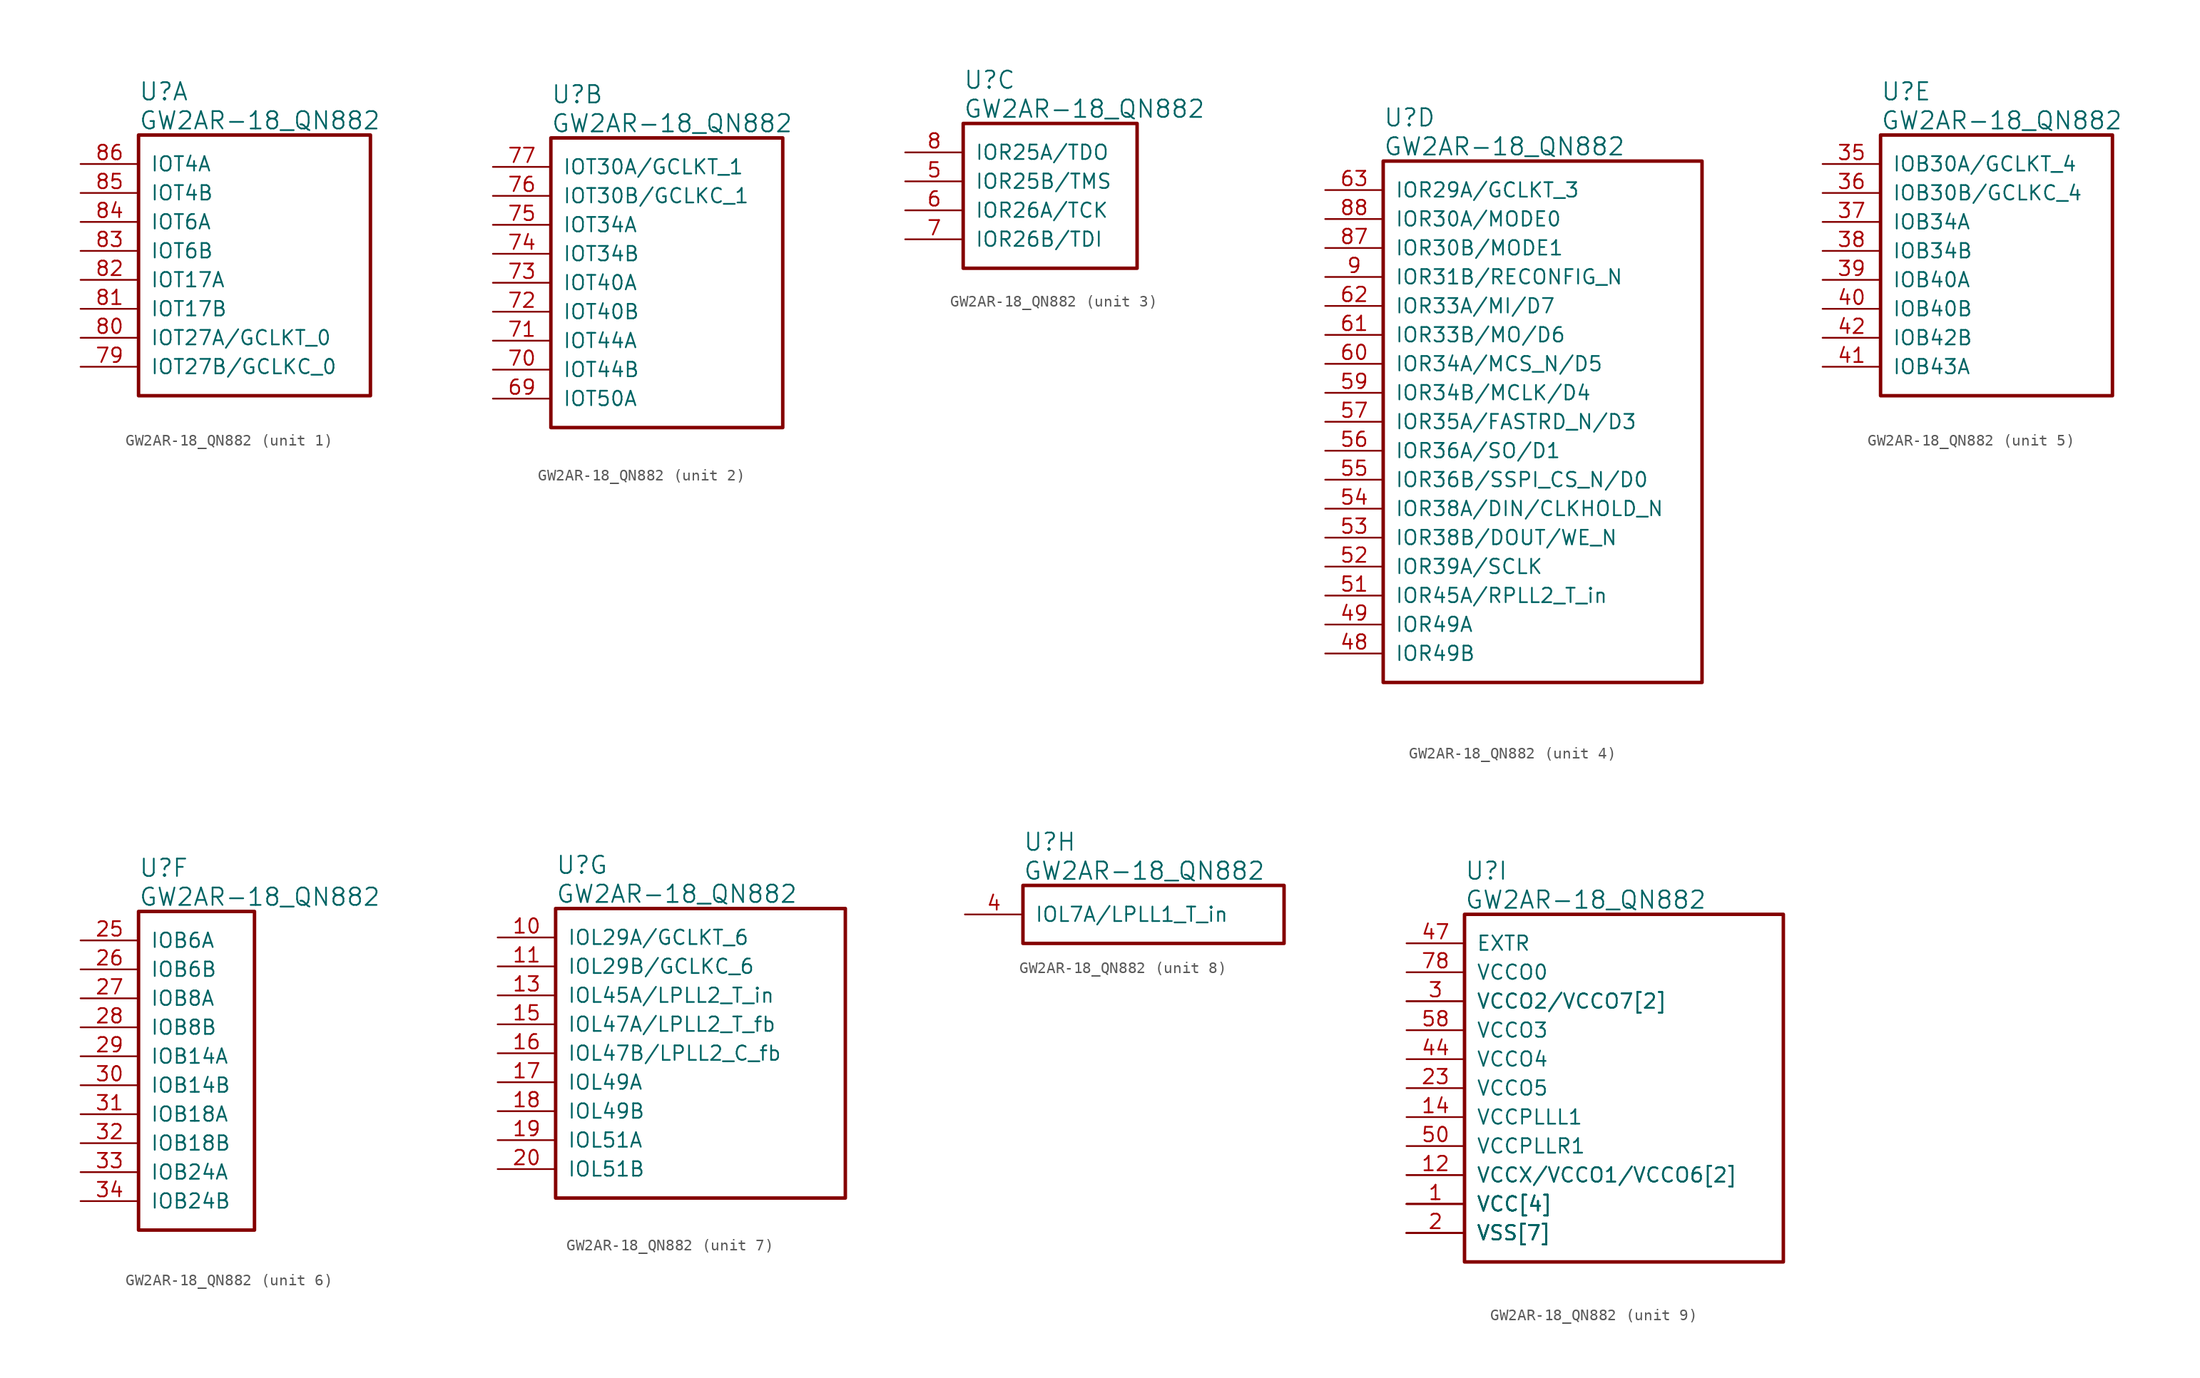
<source format=kicad_sym>
(kicad_symbol_lib
  (version 20211014)
  (generator kicad_symbol_editor)
  (symbol "GW2AR-18_QN882"
    (pin_names
      (offset 1.016))
    (property "Reference" "U"
      (at 5.08 6.35 0)
      (effects (font (size 1.524 1.524)) (justify left)))
    (property "Value" "GW2AR-18_QN882"
      (at 5.08 3.81 0)
      (effects (font (size 1.524 1.524)) (justify left)))
    (property "ki_locked" ""
      (at 0 0 0)
      (effects (font (size 1.27 1.27))))
    (symbol "GW2AR-18_QN882_1_1"
      (rectangle (start 5.08 2.54) (end 25.4 -20.32) (stroke (width 0.305) (type default) (color 0 0 0 0)) (fill (type none)))
      (pin bidirectional line (at 0 -17.78 0) (length 5.08) (name "IOT27B/GCLKC_0" (effects (font (size 1.27 1.27)))) (number "79" (effects (font (size 1.27 1.27)))))
      (pin bidirectional line (at 0 -15.24 0) (length 5.08) (name "IOT27A/GCLKT_0" (effects (font (size 1.27 1.27)))) (number "80" (effects (font (size 1.27 1.27)))))
      (pin bidirectional line (at 0 -12.7 0) (length 5.08) (name "IOT17B" (effects (font (size 1.27 1.27)))) (number "81" (effects (font (size 1.27 1.27)))))
      (pin bidirectional line (at 0 -10.16 0) (length 5.08) (name "IOT17A" (effects (font (size 1.27 1.27)))) (number "82" (effects (font (size 1.27 1.27)))))
      (pin bidirectional line (at 0 -7.62 0) (length 5.08) (name "IOT6B" (effects (font (size 1.27 1.27)))) (number "83" (effects (font (size 1.27 1.27)))))
      (pin bidirectional line (at 0 -5.08 0) (length 5.08) (name "IOT6A" (effects (font (size 1.27 1.27)))) (number "84" (effects (font (size 1.27 1.27)))))
      (pin bidirectional line (at 0 -2.54 0) (length 5.08) (name "IOT4B" (effects (font (size 1.27 1.27)))) (number "85" (effects (font (size 1.27 1.27)))))
      (pin bidirectional line (at 0 0 0) (length 5.08) (name "IOT4A" (effects (font (size 1.27 1.27)))) (number "86" (effects (font (size 1.27 1.27))))))
    (symbol "GW2AR-18_QN882_2_1"
      (rectangle (start 5.08 2.54) (end 25.4 -22.86) (stroke (width 0.305) (type default) (color 0 0 0 0)) (fill (type none)))
      (pin bidirectional line (at 0 -20.32 0) (length 5.08) (name "IOT50A" (effects (font (size 1.27 1.27)))) (number "69" (effects (font (size 1.27 1.27)))))
      (pin bidirectional line (at 0 -17.78 0) (length 5.08) (name "IOT44B" (effects (font (size 1.27 1.27)))) (number "70" (effects (font (size 1.27 1.27)))))
      (pin bidirectional line (at 0 -15.24 0) (length 5.08) (name "IOT44A" (effects (font (size 1.27 1.27)))) (number "71" (effects (font (size 1.27 1.27)))))
      (pin bidirectional line (at 0 -12.7 0) (length 5.08) (name "IOT40B" (effects (font (size 1.27 1.27)))) (number "72" (effects (font (size 1.27 1.27)))))
      (pin bidirectional line (at 0 -10.16 0) (length 5.08) (name "IOT40A" (effects (font (size 1.27 1.27)))) (number "73" (effects (font (size 1.27 1.27)))))
      (pin bidirectional line (at 0 -7.62 0) (length 5.08) (name "IOT34B" (effects (font (size 1.27 1.27)))) (number "74" (effects (font (size 1.27 1.27)))))
      (pin bidirectional line (at 0 -5.08 0) (length 5.08) (name "IOT34A" (effects (font (size 1.27 1.27)))) (number "75" (effects (font (size 1.27 1.27)))))
      (pin bidirectional line (at 0 -2.54 0) (length 5.08) (name "IOT30B/GCLKC_1" (effects (font (size 1.27 1.27)))) (number "76" (effects (font (size 1.27 1.27)))))
      (pin bidirectional line (at 0 0 0) (length 5.08) (name "IOT30A/GCLKT_1" (effects (font (size 1.27 1.27)))) (number "77" (effects (font (size 1.27 1.27))))))
    (symbol "GW2AR-18_QN882_3_1"
      (rectangle (start 5.08 2.54) (end 20.32 -10.16) (stroke (width 0.305) (type default) (color 0 0 0 0)) (fill (type none)))
      (pin bidirectional line (at 0 -2.54 0) (length 5.08) (name "IOR25B/TMS" (effects (font (size 1.27 1.27)))) (number "5" (effects (font (size 1.27 1.27)))))
      (pin bidirectional line (at 0 -5.08 0) (length 5.08) (name "IOR26A/TCK" (effects (font (size 1.27 1.27)))) (number "6" (effects (font (size 1.27 1.27)))))
      (pin bidirectional line (at 0 -7.62 0) (length 5.08) (name "IOR26B/TDI" (effects (font (size 1.27 1.27)))) (number "7" (effects (font (size 1.27 1.27)))))
      (pin bidirectional line (at 0 0 0) (length 5.08) (name "IOR25A/TDO" (effects (font (size 1.27 1.27)))) (number "8" (effects (font (size 1.27 1.27))))))
    (symbol "GW2AR-18_QN882_4_1"
      (rectangle (start 5.08 2.54) (end 33.02 -43.18) (stroke (width 0.305) (type default) (color 0 0 0 0)) (fill (type none)))
      (pin bidirectional line (at 0 -40.64 0) (length 5.08) (name "IOR49B" (effects (font (size 1.27 1.27)))) (number "48" (effects (font (size 1.27 1.27)))))
      (pin bidirectional line (at 0 -38.1 0) (length 5.08) (name "IOR49A" (effects (font (size 1.27 1.27)))) (number "49" (effects (font (size 1.27 1.27)))))
      (pin bidirectional line (at 0 -35.56 0) (length 5.08) (name "IOR45A/RPLL2_T_in" (effects (font (size 1.27 1.27)))) (number "51" (effects (font (size 1.27 1.27)))))
      (pin bidirectional line (at 0 -33.02 0) (length 5.08) (name "IOR39A/SCLK" (effects (font (size 1.27 1.27)))) (number "52" (effects (font (size 1.27 1.27)))))
      (pin bidirectional line (at 0 -30.48 0) (length 5.08) (name "IOR38B/DOUT/WE_N" (effects (font (size 1.27 1.27)))) (number "53" (effects (font (size 1.27 1.27)))))
      (pin bidirectional line (at 0 -27.94 0) (length 5.08) (name "IOR38A/DIN/CLKHOLD_N" (effects (font (size 1.27 1.27)))) (number "54" (effects (font (size 1.27 1.27)))))
      (pin bidirectional line (at 0 -25.4 0) (length 5.08) (name "IOR36B/SSPI_CS_N/D0" (effects (font (size 1.27 1.27)))) (number "55" (effects (font (size 1.27 1.27)))))
      (pin bidirectional line (at 0 -22.86 0) (length 5.08) (name "IOR36A/SO/D1" (effects (font (size 1.27 1.27)))) (number "56" (effects (font (size 1.27 1.27)))))
      (pin bidirectional line (at 0 -20.32 0) (length 5.08) (name "IOR35A/FASTRD_N/D3" (effects (font (size 1.27 1.27)))) (number "57" (effects (font (size 1.27 1.27)))))
      (pin bidirectional line (at 0 -17.78 0) (length 5.08) (name "IOR34B/MCLK/D4" (effects (font (size 1.27 1.27)))) (number "59" (effects (font (size 1.27 1.27)))))
      (pin bidirectional line (at 0 -15.24 0) (length 5.08) (name "IOR34A/MCS_N/D5" (effects (font (size 1.27 1.27)))) (number "60" (effects (font (size 1.27 1.27)))))
      (pin bidirectional line (at 0 -12.7 0) (length 5.08) (name "IOR33B/MO/D6" (effects (font (size 1.27 1.27)))) (number "61" (effects (font (size 1.27 1.27)))))
      (pin bidirectional line (at 0 -10.16 0) (length 5.08) (name "IOR33A/MI/D7" (effects (font (size 1.27 1.27)))) (number "62" (effects (font (size 1.27 1.27)))))
      (pin bidirectional line (at 0 0 0) (length 5.08) (name "IOR29A/GCLKT_3" (effects (font (size 1.27 1.27)))) (number "63" (effects (font (size 1.27 1.27)))))
      (pin bidirectional line (at 0 -5.08 0) (length 5.08) (name "IOR30B/MODE1" (effects (font (size 1.27 1.27)))) (number "87" (effects (font (size 1.27 1.27)))))
      (pin bidirectional line (at 0 -2.54 0) (length 5.08) (name "IOR30A/MODE0" (effects (font (size 1.27 1.27)))) (number "88" (effects (font (size 1.27 1.27)))))
      (pin bidirectional line (at 0 -7.62 0) (length 5.08) (name "IOR31B/RECONFIG_N" (effects (font (size 1.27 1.27)))) (number "9" (effects (font (size 1.27 1.27))))))
    (symbol "GW2AR-18_QN882_5_1"
      (rectangle (start 5.08 2.54) (end 25.4 -20.32) (stroke (width 0.305) (type default) (color 0 0 0 0)) (fill (type none)))
      (pin bidirectional line (at 0 0 0) (length 5.08) (name "IOB30A/GCLKT_4" (effects (font (size 1.27 1.27)))) (number "35" (effects (font (size 1.27 1.27)))))
      (pin bidirectional line (at 0 -2.54 0) (length 5.08) (name "IOB30B/GCLKC_4" (effects (font (size 1.27 1.27)))) (number "36" (effects (font (size 1.27 1.27)))))
      (pin bidirectional line (at 0 -5.08 0) (length 5.08) (name "IOB34A" (effects (font (size 1.27 1.27)))) (number "37" (effects (font (size 1.27 1.27)))))
      (pin bidirectional line (at 0 -7.62 0) (length 5.08) (name "IOB34B" (effects (font (size 1.27 1.27)))) (number "38" (effects (font (size 1.27 1.27)))))
      (pin bidirectional line (at 0 -10.16 0) (length 5.08) (name "IOB40A" (effects (font (size 1.27 1.27)))) (number "39" (effects (font (size 1.27 1.27)))))
      (pin bidirectional line (at 0 -12.7 0) (length 5.08) (name "IOB40B" (effects (font (size 1.27 1.27)))) (number "40" (effects (font (size 1.27 1.27)))))
      (pin bidirectional line (at 0 -17.78 0) (length 5.08) (name "IOB43A" (effects (font (size 1.27 1.27)))) (number "41" (effects (font (size 1.27 1.27)))))
      (pin bidirectional line (at 0 -15.24 0) (length 5.08) (name "IOB42B" (effects (font (size 1.27 1.27)))) (number "42" (effects (font (size 1.27 1.27))))))
    (symbol "GW2AR-18_QN882_6_1"
      (rectangle (start 5.08 2.54) (end 15.24 -25.4) (stroke (width 0.305) (type default) (color 0 0 0 0)) (fill (type none)))
      (pin bidirectional line (at 0 0 0) (length 5.08) (name "IOB6A" (effects (font (size 1.27 1.27)))) (number "25" (effects (font (size 1.27 1.27)))))
      (pin bidirectional line (at 0 -2.54 0) (length 5.08) (name "IOB6B" (effects (font (size 1.27 1.27)))) (number "26" (effects (font (size 1.27 1.27)))))
      (pin bidirectional line (at 0 -5.08 0) (length 5.08) (name "IOB8A" (effects (font (size 1.27 1.27)))) (number "27" (effects (font (size 1.27 1.27)))))
      (pin bidirectional line (at 0 -7.62 0) (length 5.08) (name "IOB8B" (effects (font (size 1.27 1.27)))) (number "28" (effects (font (size 1.27 1.27)))))
      (pin bidirectional line (at 0 -10.16 0) (length 5.08) (name "IOB14A" (effects (font (size 1.27 1.27)))) (number "29" (effects (font (size 1.27 1.27)))))
      (pin bidirectional line (at 0 -12.7 0) (length 5.08) (name "IOB14B" (effects (font (size 1.27 1.27)))) (number "30" (effects (font (size 1.27 1.27)))))
      (pin bidirectional line (at 0 -15.24 0) (length 5.08) (name "IOB18A" (effects (font (size 1.27 1.27)))) (number "31" (effects (font (size 1.27 1.27)))))
      (pin bidirectional line (at 0 -17.78 0) (length 5.08) (name "IOB18B" (effects (font (size 1.27 1.27)))) (number "32" (effects (font (size 1.27 1.27)))))
      (pin bidirectional line (at 0 -20.32 0) (length 5.08) (name "IOB24A" (effects (font (size 1.27 1.27)))) (number "33" (effects (font (size 1.27 1.27)))))
      (pin bidirectional line (at 0 -22.86 0) (length 5.08) (name "IOB24B" (effects (font (size 1.27 1.27)))) (number "34" (effects (font (size 1.27 1.27))))))
    (symbol "GW2AR-18_QN882_7_1"
      (rectangle (start 5.08 2.54) (end 30.48 -22.86) (stroke (width 0.305) (type default) (color 0 0 0 0)) (fill (type none)))
      (pin bidirectional line (at 0 0 0) (length 5.08) (name "IOL29A/GCLKT_6" (effects (font (size 1.27 1.27)))) (number "10" (effects (font (size 1.27 1.27)))))
      (pin bidirectional line (at 0 -2.54 0) (length 5.08) (name "IOL29B/GCLKC_6" (effects (font (size 1.27 1.27)))) (number "11" (effects (font (size 1.27 1.27)))))
      (pin bidirectional line (at 0 -5.08 0) (length 5.08) (name "IOL45A/LPLL2_T_in" (effects (font (size 1.27 1.27)))) (number "13" (effects (font (size 1.27 1.27)))))
      (pin bidirectional line (at 0 -7.62 0) (length 5.08) (name "IOL47A/LPLL2_T_fb" (effects (font (size 1.27 1.27)))) (number "15" (effects (font (size 1.27 1.27)))))
      (pin bidirectional line (at 0 -10.16 0) (length 5.08) (name "IOL47B/LPLL2_C_fb" (effects (font (size 1.27 1.27)))) (number "16" (effects (font (size 1.27 1.27)))))
      (pin bidirectional line (at 0 -12.7 0) (length 5.08) (name "IOL49A" (effects (font (size 1.27 1.27)))) (number "17" (effects (font (size 1.27 1.27)))))
      (pin bidirectional line (at 0 -15.24 0) (length 5.08) (name "IOL49B" (effects (font (size 1.27 1.27)))) (number "18" (effects (font (size 1.27 1.27)))))
      (pin bidirectional line (at 0 -17.78 0) (length 5.08) (name "IOL51A" (effects (font (size 1.27 1.27)))) (number "19" (effects (font (size 1.27 1.27)))))
      (pin bidirectional line (at 0 -20.32 0) (length 5.08) (name "IOL51B" (effects (font (size 1.27 1.27)))) (number "20" (effects (font (size 1.27 1.27))))))
    (symbol "GW2AR-18_QN882_8_1"
      (rectangle (start 5.08 2.54) (end 27.94 -2.54) (stroke (width 0.305) (type default) (color 0 0 0 0)) (fill (type none)))
      (pin bidirectional line (at 0 0 0) (length 5.08) (name "IOL7A/LPLL1_T_in" (effects (font (size 1.27 1.27)))) (number "4" (effects (font (size 1.27 1.27))))))
    (symbol "GW2AR-18_QN882_9_1"
      (rectangle (start 5.08 2.54) (end 33.02 -27.94) (stroke (width 0.305) (type default) (color 0 0 0 0)) (fill (type none)))
      (pin power_in line (at 0 -22.86 0) (length 5.08) (name "VCC[4]" (effects (font (size 1.27 1.27)))) (number "1" (effects (font (size 1.27 1.27)))))
      (pin power_in line (at 0 -20.32 0) (length 5.08) (name "VCCX/VCCO1/VCCO6[2]" (effects (font (size 1.27 1.27)))) (number "12" (effects (font (size 1.27 1.27)))))
      (pin power_in line (at 0 -15.24 0) (length 5.08) (name "VCCPLLL1" (effects (font (size 1.27 1.27)))) (number "14" (effects (font (size 1.27 1.27)))))
      (pin power_in line (at 0 -25.4 0) (length 5.08) (name "VSS[7]" (effects (font (size 1.27 1.27)))) (number "2" (effects (font (size 1.27 1.27)))))
      (pin power_in line (at 0 -25.4 0) (length 5.08) (name "VSS[7]" (effects (font (size 1.27 1.27)))) (number "21" (effects (font (size 0 0)))))
      (pin power_in line (at 0 -22.86 0) (length 5.08) (name "VCC[4]" (effects (font (size 1.27 1.27)))) (number "22" (effects (font (size 0 0)))))
      (pin power_in line (at 0 -12.7 0) (length 5.08) (name "VCCO5" (effects (font (size 1.27 1.27)))) (number "23" (effects (font (size 1.27 1.27)))))
      (pin power_in line (at 0 -25.4 0) (length 5.08) (name "VSS[7]" (effects (font (size 1.27 1.27)))) (number "24" (effects (font (size 0 0)))))
      (pin power_in line (at 0 -5.08 0) (length 5.08) (name "VCCO2/VCCO7[2]" (effects (font (size 1.27 1.27)))) (number "3" (effects (font (size 1.27 1.27)))))
      (pin power_in line (at 0 -25.4 0) (length 5.08) (name "VSS[7]" (effects (font (size 1.27 1.27)))) (number "43" (effects (font (size 0 0)))))
      (pin power_in line (at 0 -10.16 0) (length 5.08) (name "VCCO4" (effects (font (size 1.27 1.27)))) (number "44" (effects (font (size 1.27 1.27)))))
      (pin power_in line (at 0 -22.86 0) (length 5.08) (name "VCC[4]" (effects (font (size 1.27 1.27)))) (number "45" (effects (font (size 0 0)))))
      (pin power_in line (at 0 -25.4 0) (length 5.08) (name "VSS[7]" (effects (font (size 1.27 1.27)))) (number "46" (effects (font (size 0 0)))))
      (pin power_in line (at 0 0 0) (length 5.08) (name "EXTR" (effects (font (size 1.27 1.27)))) (number "47" (effects (font (size 1.27 1.27)))))
      (pin power_in line (at 0 -17.78 0) (length 5.08) (name "VCCPLLR1" (effects (font (size 1.27 1.27)))) (number "50" (effects (font (size 1.27 1.27)))))
      (pin power_in line (at 0 -7.62 0) (length 5.08) (name "VCCO3" (effects (font (size 1.27 1.27)))) (number "58" (effects (font (size 1.27 1.27)))))
      (pin power_in line (at 0 -5.08 0) (length 5.08) (name "VCCO2/VCCO7[2]" (effects (font (size 1.27 1.27)))) (number "64" (effects (font (size 0 0)))))
      (pin power_in line (at 0 -25.4 0) (length 5.08) (name "VSS[7]" (effects (font (size 1.27 1.27)))) (number "65" (effects (font (size 0 0)))))
      (pin power_in line (at 0 -22.86 0) (length 5.08) (name "VCC[4]" (effects (font (size 1.27 1.27)))) (number "66" (effects (font (size 0 0)))))
      (pin power_in line (at 0 -20.32 0) (length 5.08) (name "VCCX/VCCO1/VCCO6[2]" (effects (font (size 1.27 1.27)))) (number "67" (effects (font (size 0 0)))))
      (pin power_in line (at 0 -25.4 0) (length 5.08) (name "VSS[7]" (effects (font (size 1.27 1.27)))) (number "68" (effects (font (size 0 0)))))
      (pin power_in line (at 0 -2.54 0) (length 5.08) (name "VCCO0" (effects (font (size 1.27 1.27)))) (number "78" (effects (font (size 1.27 1.27))))))))
</source>
